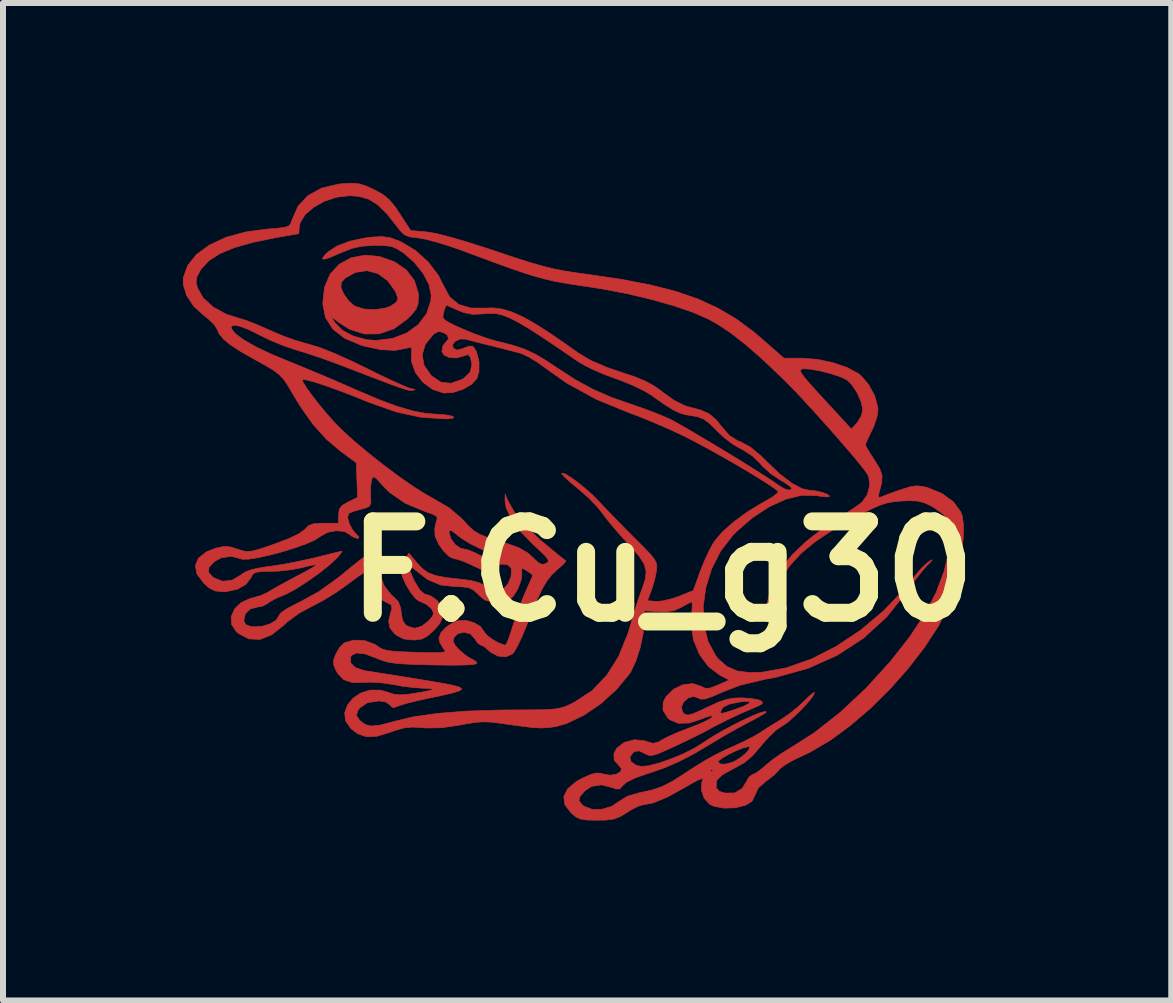
<source format=kicad_pcb>
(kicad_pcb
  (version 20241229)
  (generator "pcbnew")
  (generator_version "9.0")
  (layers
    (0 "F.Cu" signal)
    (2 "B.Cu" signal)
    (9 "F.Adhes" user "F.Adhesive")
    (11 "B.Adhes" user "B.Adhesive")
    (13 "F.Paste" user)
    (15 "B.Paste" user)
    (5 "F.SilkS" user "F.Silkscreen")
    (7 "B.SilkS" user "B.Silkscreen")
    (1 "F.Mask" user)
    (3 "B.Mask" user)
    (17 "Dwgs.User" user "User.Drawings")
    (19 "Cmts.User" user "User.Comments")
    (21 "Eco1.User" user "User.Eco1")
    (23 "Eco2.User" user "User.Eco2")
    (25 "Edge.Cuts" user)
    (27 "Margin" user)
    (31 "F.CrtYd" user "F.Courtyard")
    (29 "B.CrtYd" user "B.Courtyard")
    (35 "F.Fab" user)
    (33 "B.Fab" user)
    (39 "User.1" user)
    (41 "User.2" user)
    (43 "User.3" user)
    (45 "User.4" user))
  (footprint "F.Cu_g30"
    (layer "F.Cu")
    (at 7.992 6.478)
    (property "Reference" "F.Cu_g30" (at 0 0 0) (layer "F.SilkS") (effects (font (size 1.524 1.524) (thickness 0.3))))
    (attr through_hole)
    (fp_poly (pts (xy -5.051 -6.462) (xy -4.931 -6.424) (xy -4.806 -6.366) (xy -4.661 -6.287) (xy -4.553 -6.199) (xy -4.452 -6.077) (xy -4.376 -5.964) (xy -4.195 -5.685) (xy -3.928 -5.661) (xy -3.776 -5.636) (xy -3.553 -5.58) (xy -3.267 -5.497) (xy -2.928 -5.389) (xy -2.775 -5.338) (xy -2.464 -5.234) (xy -2.213 -5.154) (xy -2.002 -5.093) (xy -1.813 -5.046) (xy -1.625 -5.009) (xy -1.418 -4.977) (xy -1.23 -4.951) (xy -0.675 -4.87) (xy -0.194 -4.777) (xy 0.226 -4.67) (xy 0.595 -4.543) (xy 0.925 -4.392) (xy 1.227 -4.214) (xy 1.512 -4.004) (xy 1.639 -3.897) (xy 2.029 -3.556) (xy 2.322 -3.556) (xy 2.584 -3.536) (xy 2.847 -3.481) (xy 3.085 -3.399) (xy 3.271 -3.298) (xy 3.306 -3.271) (xy 3.439 -3.12) (xy 3.541 -2.931) (xy 3.594 -2.739) (xy 3.597 -2.685) (xy 3.579 -2.572) (xy 3.53 -2.427) (xy 3.493 -2.346) (xy 3.434 -2.226) (xy 3.396 -2.139) (xy 3.387 -2.11) (xy 3.409 -2.064) (xy 3.466 -1.969) (xy 3.538 -1.858) (xy 3.626 -1.715) (xy 3.665 -1.601) (xy 3.66 -1.48) (xy 3.617 -1.318) (xy 3.617 -1.316) (xy 3.601 -1.245) (xy 3.631 -1.235) (xy 3.666 -1.249) (xy 3.749 -1.281) (xy 3.88 -1.329) (xy 3.989 -1.367) (xy 4.138 -1.413) (xy 4.246 -1.428) (xy 4.352 -1.415) (xy 4.425 -1.397) (xy 4.663 -1.3) (xy 4.851 -1.164) (xy 4.974 -0.999) (xy 5.001 -0.929) (xy 5.023 -0.776) (xy 5.019 -0.56) (xy 4.993 -0.298) (xy 4.945 -0.006) (xy 4.883 0.275) (xy 4.775 0.581) (xy 4.603 0.913) (xy 4.376 1.261) (xy 4.105 1.612) (xy 3.802 1.955) (xy 3.476 2.278) (xy 3.137 2.569) (xy 2.798 2.818) (xy 2.467 3.012) (xy 2.343 3.07) (xy 2.183 3.147) (xy 2.048 3.225) (xy 1.962 3.29) (xy 1.95 3.305) (xy 1.875 3.386) (xy 1.764 3.474) (xy 1.733 3.494) (xy 1.601 3.611) (xy 1.553 3.716) (xy 1.498 3.829) (xy 1.395 3.896) (xy 1.222 3.94) (xy 1.034 3.947) (xy 0.867 3.917) (xy 0.79 3.882) (xy 0.697 3.779) (xy 0.651 3.642) (xy 0.661 3.507) (xy 0.674 3.478) (xy 0.672 3.452) (xy 0.615 3.469) (xy 0.496 3.531) (xy 0.374 3.603) (xy 0.085 3.762) (xy -0.151 3.859) (xy -0.331 3.894) (xy -0.339 3.895) (xy -0.408 3.917) (xy -0.517 3.974) (xy -0.593 4.022) (xy -0.708 4.091) (xy -0.813 4.129) (xy -0.942 4.146) (xy -1.086 4.148) (xy -1.25 4.145) (xy -1.357 4.13) (xy -1.435 4.096) (xy -1.511 4.034) (xy -1.52 4.026) (xy -1.623 3.89) (xy -1.642 3.756) (xy -1.579 3.626) (xy -1.434 3.504) (xy -1.328 3.445) (xy -1.189 3.384) (xy -1.093 3.36) (xy -1.009 3.369) (xy -0.972 3.381) (xy -0.865 3.398) (xy -0.768 3.381) (xy -0.699 3.342) (xy -0.677 3.29) (xy -0.719 3.239) (xy -0.802 3.148) (xy -0.806 3.035) (xy -0.759 2.948) (xy -0.632 2.85) (xy -0.467 2.806) (xy -0.293 2.823) (xy -0.254 2.837) (xy -0.151 2.866) (xy -0.066 2.845) (xy -0.011 2.812) (xy 0.083 2.762) (xy 0.229 2.696) (xy 0.403 2.627) (xy 0.462 2.605) (xy 0.623 2.542) (xy 0.75 2.483) (xy 0.825 2.438) (xy 0.836 2.424) (xy 0.815 2.405) (xy 0.726 2.431) (xy 0.67 2.455) (xy 0.452 2.527) (xy 0.267 2.532) (xy 0.123 2.47) (xy 0.092 2.442) (xy 0.012 2.312) (xy 0.016 2.178) (xy 0.066 2.084) (xy 0.192 1.961) (xy 0.348 1.888) (xy 0.51 1.87) (xy 0.652 1.916) (xy 0.657 1.92) (xy 0.721 1.95) (xy 0.794 1.945) (xy 0.907 1.903) (xy 0.929 1.893) (xy 1.118 1.81) (xy 0.963 1.731) (xy 0.77 1.586) (xy 0.62 1.383) (xy 0.52 1.14) (xy 0.481 0.875) (xy 0.487 0.73) (xy 0.499 0.607) (xy 0.499 0.526) (xy 0.492 0.508) (xy 0.445 0.528) (xy 0.355 0.577) (xy 0.32 0.597) (xy 0.192 0.654) (xy 0.047 0.674) (xy -0.063 0.671) (xy -0.296 0.656) (xy -0.297 0.804) (xy -0.317 1.027) (xy -0.367 1.268) (xy -0.44 1.495) (xy -0.526 1.676) (xy -0.544 1.704) (xy -0.763 1.968) (xy -1.023 2.204) (xy -1.306 2.397) (xy -1.592 2.534) (xy -1.767 2.584) (xy -1.891 2.604) (xy -2.021 2.61) (xy -2.178 2.601) (xy -2.386 2.575) (xy -2.497 2.56) (xy -2.715 2.529) (xy -2.875 2.511) (xy -3.003 2.508) (xy -3.126 2.518) (xy -3.269 2.541) (xy -3.364 2.56) (xy -3.679 2.606) (xy -3.945 2.61) (xy -3.998 2.605) (xy -4.162 2.595) (xy -4.301 2.608) (xy -4.454 2.651) (xy -4.542 2.683) (xy -4.759 2.748) (xy -4.932 2.756) (xy -5.078 2.706) (xy -5.193 2.618) (xy -5.279 2.492) (xy -5.295 2.359) (xy -5.25 2.23) (xy -5.157 2.115) (xy -5.028 2.028) (xy -4.872 1.978) (xy -4.703 1.978) (xy -4.585 2.011) (xy -4.481 2.046) (xy -4.374 2.058) (xy -4.233 2.047) (xy -4.13 2.032) (xy -3.945 2) (xy -3.845 1.976) (xy -3.828 1.959) (xy -3.896 1.949) (xy -4.004 1.946) (xy -4.163 1.935) (xy -4.354 1.91) (xy -4.484 1.886) (xy -4.669 1.858) (xy -4.861 1.846) (xy -4.974 1.85) (xy -5.17 1.852) (xy -5.309 1.805) (xy -5.41 1.702) (xy -5.44 1.65) (xy -5.48 1.553) (xy -5.476 1.468) (xy -5.444 1.38) (xy -5.381 1.27) (xy -5.306 1.194) (xy -5.298 1.189) (xy -5.14 1.145) (xy -4.959 1.154) (xy -4.797 1.213) (xy -4.759 1.238) (xy -4.699 1.279) (xy -4.631 1.307) (xy -4.535 1.325) (xy -4.396 1.337) (xy -4.195 1.345) (xy -4.108 1.348) (xy -3.89 1.353) (xy -3.744 1.354) (xy -3.659 1.349) (xy -3.623 1.337) (xy -3.624 1.315) (xy -3.651 1.282) (xy -3.652 1.281) (xy -3.709 1.184) (xy -3.725 1.111) (xy -3.689 1.019) (xy -3.598 0.924) (xy -3.477 0.847) (xy -3.403 0.821) (xy -3.276 0.816) (xy -3.143 0.852) (xy -3.034 0.915) (xy -2.982 0.988) (xy -2.933 1.054) (xy -2.837 1.13) (xy -2.724 1.194) (xy -2.626 1.227) (xy -2.613 1.228) (xy -2.589 1.19) (xy -2.55 1.091) (xy -2.504 0.95) (xy -2.495 0.921) (xy -2.428 0.718) (xy -2.347 0.501) (xy -2.281 0.343) (xy -2.221 0.208) (xy -2.177 0.108) (xy -2.159 0.063) (xy -2.159 0.063) (xy -2.19 0.035) (xy -2.257 -0.012) (xy -2.326 -0.052) (xy -2.346 -0.032) (xy -2.34 0.036) (xy -2.353 0.145) (xy -2.403 0.279) (xy -2.424 0.318) (xy -2.489 0.42) (xy -2.555 0.472) (xy -2.654 0.493) (xy -2.732 0.499) (xy -2.868 0.501) (xy -2.958 0.476) (xy -3.039 0.412) (xy -3.067 0.383) (xy -3.149 0.308) (xy -3.23 0.27) (xy -3.344 0.256) (xy -3.439 0.254) (xy -3.695 0.226) (xy -3.91 0.136) (xy -4.074 0.009) (xy -4.166 -0.064) (xy -4.209 -0.069) (xy -4.204 -0.006) (xy -4.15 0.124) (xy -4.13 0.165) (xy -4.041 0.31) (xy -3.964 0.377) (xy -3.942 0.381) (xy -3.86 0.408) (xy -3.763 0.475) (xy -3.753 0.485) (xy -3.66 0.607) (xy -3.647 0.735) (xy -3.714 0.874) (xy -3.805 0.979) (xy -3.915 1.078) (xy -4.008 1.127) (xy -4.119 1.142) (xy -4.159 1.143) (xy -4.312 1.126) (xy -4.428 1.066) (xy -4.465 1.035) (xy -4.541 0.939) (xy -4.562 0.831) (xy -4.529 0.686) (xy -4.508 0.628) (xy -4.514 0.561) (xy -4.569 0.53) (xy -4.725 0.449) (xy -4.844 0.329) (xy -4.906 0.19) (xy -4.911 0.144) (xy -4.918 0.048) (xy -4.935 0.001) (xy -4.938 0) (xy -4.981 0.024) (xy -5.075 0.088) (xy -5.202 0.181) (xy -5.266 0.229) (xy -5.445 0.355) (xy -5.644 0.477) (xy -5.822 0.572) (xy -5.846 0.583) (xy -6.052 0.695) (xy -6.245 0.835) (xy -6.318 0.902) (xy -6.514 1.058) (xy -6.707 1.133) (xy -6.892 1.125) (xy -7.065 1.034) (xy -7.101 1.004) (xy -7.179 0.885) (xy -7.186 0.753) (xy -7.131 0.625) (xy -7.021 0.518) (xy -6.866 0.449) (xy -6.831 0.441) (xy -6.693 0.402) (xy -6.572 0.346) (xy -6.562 0.339) (xy -6.477 0.287) (xy -6.34 0.211) (xy -6.176 0.123) (xy -6.105 0.085) (xy -5.955 0.006) (xy -5.84 -0.059) (xy -5.776 -0.101) (xy -5.768 -0.11) (xy -5.813 -0.108) (xy -5.915 -0.087) (xy -6.013 -0.062) (xy -6.186 -0.029) (xy -6.39 -0.006) (xy -6.531 -0.001) (xy -6.685 0.002) (xy -6.776 0.015) (xy -6.825 0.043) (xy -6.854 0.095) (xy -6.857 0.104) (xy -6.942 0.216) (xy -7.088 0.298) (xy -7.273 0.337) (xy -7.326 0.339) (xy -7.455 0.325) (xy -7.558 0.273) (xy -7.645 0.195) (xy -7.757 0.044) (xy -7.763 0.014) (xy -7.566 0.014) (xy -7.494 0.096) (xy -7.484 0.103) (xy -7.331 0.164) (xy -7.169 0.144) (xy -7.037 0.066) (xy -6.949 0.007) (xy -6.831 -0.035) (xy -6.663 -0.068) (xy -6.549 -0.084) (xy -6.334 -0.116) (xy -6.082 -0.164) (xy -5.839 -0.217) (xy -5.77 -0.234) (xy -5.595 -0.278) (xy -5.452 -0.313) (xy -5.361 -0.334) (xy -5.338 -0.339) (xy -5.351 -0.312) (xy -5.406 -0.245) (xy -5.422 -0.227) (xy -5.55 -0.107) (xy -5.724 0.031) (xy -5.919 0.169) (xy -6.109 0.291) (xy -6.271 0.378) (xy -6.319 0.398) (xy -6.449 0.453) (xy -6.55 0.51) (xy -6.581 0.533) (xy -6.668 0.58) (xy -6.746 0.593) (xy -6.868 0.625) (xy -6.953 0.708) (xy -6.977 0.817) (xy -6.977 0.82) (xy -6.947 0.884) (xy -6.868 0.916) (xy -6.808 0.923) (xy -6.67 0.914) (xy -6.538 0.874) (xy -6.437 0.813) (xy -6.393 0.743) (xy -6.392 0.737) (xy -6.354 0.686) (xy -6.245 0.613) (xy -6.074 0.525) (xy -6.04 0.509) (xy -5.727 0.337) (xy -5.414 0.113) (xy -5.344 0.057) (xy -5.187 -0.073) (xy -5.039 -0.19) (xy -4.922 -0.276) (xy -4.872 -0.309) (xy -4.741 -0.386) (xy -4.741 -0.194) (xy -4.713 0.039) (xy -4.633 0.244) (xy -4.512 0.397) (xy -4.488 0.416) (xy -4.4 0.504) (xy -4.36 0.617) (xy -4.352 0.686) (xy -4.331 0.815) (xy -4.281 0.889) (xy -4.238 0.916) (xy -4.123 0.947) (xy -4.012 0.914) (xy -3.905 0.833) (xy -3.837 0.757) (xy -3.81 0.698) (xy -3.845 0.624) (xy -3.929 0.55) (xy -4.032 0.504) (xy -4.043 0.501) (xy -4.109 0.456) (xy -4.19 0.356) (xy -4.268 0.229) (xy -4.33 0.098) (xy -4.359 -0.011) (xy -4.359 -0.022) (xy -4.336 -0.121) (xy -4.292 -0.206) (xy -4.223 -0.304) (xy -4.096 -0.149) (xy -4.001 -0.048) (xy -3.902 0.022) (xy -3.775 0.07) (xy -3.603 0.102) (xy -3.401 0.125) (xy -3.192 0.151) (xy -3.048 0.189) (xy -2.947 0.242) (xy -2.941 0.248) (xy -2.841 0.31) (xy -2.757 0.339) (xy -2.753 0.339) (xy -2.656 0.301) (xy -2.573 0.208) (xy -2.521 0.087) (xy -2.515 -0.032) (xy -2.522 -0.058) (xy -2.582 -0.113) (xy -2.677 -0.123) (xy -2.769 -0.087) (xy -2.794 -0.064) (xy -2.852 -0.015) (xy -2.928 -0.007) (xy -3.038 -0.041) (xy -3.175 -0.106) (xy -3.307 -0.166) (xy -3.421 -0.204) (xy -3.468 -0.212) (xy -3.55 -0.247) (xy -3.643 -0.336) (xy -3.728 -0.456) (xy -3.784 -0.581) (xy -3.788 -0.594) (xy -3.791 -0.659) (xy -3.556 -0.659) (xy -3.526 -0.55) (xy -3.454 -0.449) (xy -3.364 -0.386) (xy -3.329 -0.379) (xy -3.233 -0.358) (xy -3.113 -0.308) (xy -3.09 -0.296) (xy -2.984 -0.24) (xy -2.923 -0.218) (xy -2.881 -0.226) (xy -2.847 -0.247) (xy -2.848 -0.281) (xy -2.931 -0.334) (xy -3.032 -0.38) (xy -3.192 -0.457) (xy -3.342 -0.549) (xy -3.414 -0.604) (xy -3.503 -0.675) (xy -3.546 -0.688) (xy -3.556 -0.659) (xy -3.791 -0.659) (xy -3.793 -0.717) (xy -3.772 -0.814) (xy -3.752 -0.88) (xy -3.767 -0.922) (xy -3.833 -0.957) (xy -3.95 -0.997) (xy -4.285 -1.137) (xy -4.551 -1.321) (xy -4.67 -1.442) (xy -4.756 -1.539) (xy -4.805 -1.577) (xy -4.831 -1.564) (xy -4.846 -1.526) (xy -4.861 -1.427) (xy -4.863 -1.293) (xy -4.862 -1.258) (xy -4.857 -1.146) (xy -4.881 -1.087) (xy -4.954 -1.055) (xy -5.024 -1.037) (xy -5.14 -1.004) (xy -5.218 -0.973) (xy -5.23 -0.965) (xy -5.246 -0.896) (xy -5.218 -0.794) (xy -5.159 -0.687) (xy -5.114 -0.636) (xy -5.058 -0.576) (xy -5.067 -0.552) (xy -5.088 -0.55) (xy -5.169 -0.581) (xy -5.207 -0.614) (xy -5.3 -0.667) (xy -5.434 -0.679) (xy -5.578 -0.652) (xy -5.699 -0.587) (xy -5.713 -0.575) (xy -5.801 -0.52) (xy -5.947 -0.456) (xy -6.133 -0.391) (xy -6.339 -0.327) (xy -6.548 -0.272) (xy -6.741 -0.229) (xy -6.899 -0.205) (xy -7.003 -0.203) (xy -7.024 -0.21) (xy -7.184 -0.252) (xy -7.354 -0.227) (xy -7.466 -0.166) (xy -7.557 -0.071) (xy -7.566 0.014) (xy -7.763 0.014) (xy -7.785 -0.096) (xy -7.733 -0.221) (xy -7.603 -0.325) (xy -7.448 -0.387) (xy -7.316 -0.416) (xy -7.202 -0.409) (xy -7.085 -0.373) (xy -7 -0.345) (xy -6.928 -0.332) (xy -6.849 -0.338) (xy -6.743 -0.364) (xy -6.588 -0.414) (xy -6.467 -0.456) (xy -6.226 -0.548) (xy -6.054 -0.63) (xy -5.959 -0.701) (xy -5.956 -0.705) (xy -5.896 -0.764) (xy -5.815 -0.794) (xy -5.686 -0.804) (xy -5.637 -0.804) (xy -5.397 -0.804) (xy -5.397 -0.942) (xy -5.385 -1.038) (xy -5.334 -1.103) (xy -5.238 -1.157) (xy -5.079 -1.235) (xy -5.091 -1.524) (xy -5.102 -1.813) (xy -5.364 -2.005) (xy -5.603 -2.208) (xy -5.824 -2.454) (xy -6.038 -2.759) (xy -6.164 -2.967) (xy -6.246 -3.106) (xy -6.315 -3.207) (xy -6.39 -3.285) (xy -6.487 -3.358) (xy -6.625 -3.44) (xy -6.789 -3.531) (xy -7.029 -3.667) (xy -7.202 -3.78) (xy -7.318 -3.877) (xy -7.391 -3.967) (xy -7.425 -4.046) (xy -7.473 -4.119) (xy -7.569 -4.211) (xy -7.639 -4.265) (xy -7.81 -4.42) (xy -7.929 -4.6) (xy -7.987 -4.785) (xy -7.987 -4.818) (xy -7.772 -4.818) (xy -7.749 -4.727) (xy -7.653 -4.559) (xy -7.488 -4.409) (xy -7.27 -4.289) (xy -7.027 -4.212) (xy -6.92 -4.179) (xy -6.766 -4.119) (xy -6.593 -4.043) (xy -6.54 -4.019) (xy -6.34 -3.933) (xy -6.121 -3.854) (xy -5.928 -3.798) (xy -5.905 -3.792) (xy -5.716 -3.735) (xy -5.464 -3.636) (xy -5.159 -3.498) (xy -4.932 -3.387) (xy -4.708 -3.276) (xy -4.506 -3.181) (xy -4.339 -3.106) (xy -4.221 -3.057) (xy -4.17 -3.043) (xy -4.12 -3.035) (xy -4.152 -3.02) (xy -4.181 -3.017) (xy -4.224 -3.021) (xy -4.289 -3.038) (xy -4.387 -3.07) (xy -4.526 -3.12) (xy -4.716 -3.192) (xy -4.966 -3.288) (xy -5.271 -3.406) (xy -5.5 -3.492) (xy -5.736 -3.576) (xy -5.95 -3.647) (xy -6.096 -3.691) (xy -6.301 -3.759) (xy -6.527 -3.851) (xy -6.713 -3.942) (xy -6.899 -4.035) (xy -7.046 -4.09) (xy -7.146 -4.106) (xy -7.189 -4.081) (xy -7.186 -4.053) (xy -7.121 -3.967) (xy -6.982 -3.863) (xy -6.775 -3.745) (xy -6.507 -3.618) (xy -6.262 -3.516) (xy -6.001 -3.41) (xy -5.699 -3.284) (xy -5.391 -3.153) (xy -5.113 -3.031) (xy -5.086 -3.019) (xy -4.721 -2.864) (xy -4.415 -2.751) (xy -4.155 -2.675) (xy -3.927 -2.633) (xy -3.768 -2.622) (xy -3.626 -2.613) (xy -3.526 -2.596) (xy -3.477 -2.576) (xy -3.488 -2.557) (xy -3.569 -2.545) (xy -3.619 -2.544) (xy -4.019 -2.57) (xy -4.429 -2.658) (xy -4.868 -2.812) (xy -4.889 -2.82) (xy -5.146 -2.924) (xy -5.39 -3.017) (xy -5.609 -3.096) (xy -5.792 -3.156) (xy -5.924 -3.192) (xy -5.995 -3.202) (xy -6.001 -3.199) (xy -5.989 -3.156) (xy -5.932 -3.063) (xy -5.841 -2.937) (xy -5.728 -2.791) (xy -5.603 -2.64) (xy -5.478 -2.499) (xy -5.369 -2.385) (xy -5.16 -2.193) (xy -4.916 -1.987) (xy -4.654 -1.779) (xy -4.391 -1.583) (xy -4.144 -1.411) (xy -3.931 -1.278) (xy -3.831 -1.223) (xy -3.553 -1.06) (xy -3.345 -0.883) (xy -3.314 -0.85) (xy -3.223 -0.751) (xy -3.139 -0.677) (xy -3.042 -0.619) (xy -2.913 -0.567) (xy -2.733 -0.509) (xy -2.603 -0.471) (xy -2.394 -0.397) (xy -2.242 -0.308) (xy -2.163 -0.237) (xy -2.068 -0.148) (xy -2.002 -0.116) (xy -1.942 -0.13) (xy -1.936 -0.133) (xy -1.903 -0.158) (xy -1.902 -0.192) (xy -1.94 -0.247) (xy -2.028 -0.335) (xy -2.151 -0.448) (xy -2.362 -0.665) (xy -2.515 -0.873) (xy -2.603 -1.062) (xy -2.622 -1.188) (xy -2.619 -1.291) (xy -2.579 -1.19) (xy -2.467 -0.991) (xy -2.282 -0.766) (xy -2.028 -0.519) (xy -1.71 -0.256) (xy -1.609 -0.178) (xy -1.626 -0.145) (xy -1.694 -0.079) (xy -1.749 -0.033) (xy -1.84 0.052) (xy -1.923 0.158) (xy -2.006 0.299) (xy -2.095 0.488) (xy -2.199 0.738) (xy -2.259 0.894) (xy -2.333 1.074) (xy -2.406 1.229) (xy -2.467 1.338) (xy -2.496 1.374) (xy -2.607 1.423) (xy -2.741 1.411) (xy -2.868 1.343) (xy -2.902 1.31) (xy -2.976 1.248) (xy -3.027 1.228) (xy -3.079 1.193) (xy -3.125 1.122) (xy -3.2 1.041) (xy -3.305 1.012) (xy -3.409 1.037) (xy -3.47 1.098) (xy -3.487 1.163) (xy -3.454 1.232) (xy -3.386 1.307) (xy -3.285 1.394) (xy -3.194 1.453) (xy -3.174 1.461) (xy -3.106 1.5) (xy -3.09 1.531) (xy -3.132 1.548) (xy -3.258 1.559) (xy -3.467 1.563) (xy -3.758 1.56) (xy -3.821 1.559) (xy -4.095 1.552) (xy -4.301 1.543) (xy -4.453 1.531) (xy -4.567 1.513) (xy -4.659 1.488) (xy -4.744 1.455) (xy -4.757 1.449) (xy -4.952 1.376) (xy -5.094 1.359) (xy -5.179 1.398) (xy -5.194 1.424) (xy -5.196 1.525) (xy -5.12 1.602) (xy -4.969 1.653) (xy -4.927 1.66) (xy -4.816 1.677) (xy -4.641 1.705) (xy -4.419 1.74) (xy -4.17 1.78) (xy -3.982 1.811) (xy -3.698 1.858) (xy -3.498 1.896) (xy -3.379 1.929) (xy -3.342 1.96) (xy -3.384 1.992) (xy -3.507 2.029) (xy -3.708 2.075) (xy -3.907 2.116) (xy -4.094 2.157) (xy -4.257 2.198) (xy -4.374 2.233) (xy -4.41 2.248) (xy -4.486 2.273) (xy -4.533 2.236) (xy -4.538 2.227) (xy -4.612 2.175) (xy -4.725 2.159) (xy -4.915 2.188) (xy -5.045 2.276) (xy -5.079 2.327) (xy -5.098 2.401) (xy -5.053 2.473) (xy -5.03 2.496) (xy -4.949 2.554) (xy -4.853 2.577) (xy -4.724 2.566) (xy -4.542 2.521) (xy -4.478 2.502) (xy -4.153 2.425) (xy -3.749 2.367) (xy -3.269 2.329) (xy -2.716 2.311) (xy -2.519 2.309) (xy -2.239 2.308) (xy -2.029 2.306) (xy -1.875 2.3) (xy -1.762 2.289) (xy -1.674 2.271) (xy -1.598 2.245) (xy -1.519 2.208) (xy -1.47 2.183) (xy -1.174 1.991) (xy -0.928 1.736) (xy -0.726 1.415) (xy -0.568 1.024) (xy -0.528 0.889) (xy -0.468 0.685) (xy -0.405 0.485) (xy -0.348 0.32) (xy -0.329 0.269) (xy -0.28 0.121) (xy -0.269 -0.004) (xy -0.302 -0.123) (xy -0.385 -0.255) (xy -0.525 -0.418) (xy -0.587 -0.483) (xy -0.728 -0.638) (xy -0.862 -0.795) (xy -0.967 -0.928) (xy -0.996 -0.969) (xy -1.09 -1.085) (xy -1.226 -1.225) (xy -1.379 -1.361) (xy -1.41 -1.386) (xy -1.537 -1.491) (xy -1.63 -1.577) (xy -1.676 -1.629) (xy -1.678 -1.638) (xy -1.63 -1.631) (xy -1.538 -1.577) (xy -1.416 -1.49) (xy -1.282 -1.382) (xy -1.152 -1.266) (xy -1.058 -1.17) (xy -0.952 -1.057) (xy -0.805 -0.904) (xy -0.637 -0.733) (xy -0.472 -0.567) (xy -0.311 -0.406) (xy -0.201 -0.291) (xy -0.134 -0.208) (xy -0.1 -0.144) (xy -0.09 -0.085) (xy -0.096 -0.019) (xy -0.096 -0.013) (xy -0.127 0.137) (xy -0.174 0.296) (xy -0.182 0.318) (xy -0.247 0.487) (xy -0.105 0.5) (xy 0.013 0.491) (xy 0.168 0.453) (xy 0.277 0.415) (xy 0.518 0.318) (xy 0.634 -0.003) (xy 0.707 -0.184) (xy 0.789 -0.36) (xy 0.863 -0.494) (xy 0.868 -0.5) (xy 0.995 -0.651) (xy 1.182 -0.818) (xy 1.408 -0.985) (xy 1.653 -1.136) (xy 1.718 -1.171) (xy 1.836 -1.24) (xy 1.914 -1.299) (xy 1.934 -1.331) (xy 1.892 -1.37) (xy 1.788 -1.443) (xy 1.634 -1.54) (xy 1.444 -1.657) (xy 1.228 -1.784) (xy 1 -1.915) (xy 0.772 -2.042) (xy 0.557 -2.158) (xy 0.366 -2.256) (xy 0.362 -2.258) (xy 0.122 -2.37) (xy -0.147 -2.487) (xy -0.406 -2.592) (xy -0.55 -2.645) (xy -1.103 -2.872) (xy -1.589 -3.139) (xy -1.919 -3.371) (xy -2.072 -3.482) (xy -2.222 -3.574) (xy -2.341 -3.631) (xy -2.364 -3.639) (xy -2.48 -3.669) (xy -2.646 -3.712) (xy -2.829 -3.758) (xy -2.857 -3.765) (xy -3.027 -3.807) (xy -3.172 -3.845) (xy -3.268 -3.87) (xy -3.281 -3.874) (xy -3.372 -3.875) (xy -3.452 -3.838) (xy -3.497 -3.781) (xy -3.484 -3.722) (xy -3.483 -3.721) (xy -3.423 -3.69) (xy -3.335 -3.713) (xy -3.322 -3.718) (xy -3.216 -3.759) (xy -3.155 -3.752) (xy -3.111 -3.689) (xy -3.097 -3.66) (xy -3.055 -3.499) (xy -3.056 -3.33) (xy -3.092 -3.215) (xy -3.182 -3.118) (xy -3.325 -3.036) (xy -3.489 -2.984) (xy -3.641 -2.975) (xy -3.643 -2.975) (xy -3.832 -3.037) (xy -3.994 -3.157) (xy -4.116 -3.317) (xy -4.181 -3.498) (xy -4.183 -3.613) (xy -4.002 -3.613) (xy -3.971 -3.438) (xy -3.856 -3.27) (xy -3.846 -3.26) (xy -3.693 -3.157) (xy -3.525 -3.137) (xy -3.342 -3.2) (xy -3.313 -3.217) (xy -3.203 -3.321) (xy -3.173 -3.454) (xy -3.2 -3.573) (xy -3.238 -3.616) (xy -3.308 -3.595) (xy -3.426 -3.56) (xy -3.546 -3.566) (xy -3.638 -3.607) (xy -3.674 -3.666) (xy -3.656 -3.762) (xy -3.622 -3.808) (xy -3.562 -3.88) (xy -3.584 -3.941) (xy -3.644 -3.981) (xy -3.726 -4.004) (xy -3.803 -3.964) (xy -3.818 -3.951) (xy -3.951 -3.786) (xy -4.002 -3.613) (xy -4.183 -3.613) (xy -4.183 -3.634) (xy -4.176 -3.719) (xy -4.203 -3.74) (xy -4.265 -3.721) (xy -4.452 -3.686) (xy -4.692 -3.698) (xy -4.966 -3.756) (xy -5.022 -3.772) (xy -5.295 -3.888) (xy -5.492 -4.041) (xy -5.615 -4.234) (xy -5.661 -4.464) (xy -5.633 -4.73) (xy -5.356 -4.73) (xy -5.312 -4.629) (xy -5.232 -4.516) (xy -5.138 -4.431) (xy -5.125 -4.423) (xy -4.97 -4.375) (xy -4.782 -4.366) (xy -4.602 -4.395) (xy -4.528 -4.425) (xy -4.432 -4.488) (xy -4.408 -4.558) (xy -4.447 -4.663) (xy -4.45 -4.67) (xy -4.579 -4.849) (xy -4.741 -4.966) (xy -4.922 -5.015) (xy -5.105 -4.988) (xy -5.142 -4.972) (xy -5.284 -4.893) (xy -5.352 -4.819) (xy -5.356 -4.73) (xy -5.633 -4.73) (xy -5.632 -4.732) (xy -5.63 -4.742) (xy -5.539 -4.956) (xy -5.387 -5.121) (xy -5.188 -5.23) (xy -4.953 -5.274) (xy -4.716 -5.252) (xy -4.464 -5.163) (xy -4.266 -5.026) (xy -4.132 -4.849) (xy -4.068 -4.643) (xy -4.064 -4.575) (xy -4.072 -4.46) (xy -4.105 -4.373) (xy -4.179 -4.281) (xy -4.247 -4.212) (xy -4.473 -4.047) (xy -4.715 -3.962) (xy -4.964 -3.959) (xy -5.211 -4.037) (xy -5.376 -4.14) (xy -5.524 -4.252) (xy -5.458 -4.148) (xy -5.333 -4.021) (xy -5.15 -3.924) (xy -4.931 -3.865) (xy -4.773 -3.852) (xy -4.499 -3.885) (xy -4.26 -3.976) (xy -4.067 -4.116) (xy -3.958 -4.261) (xy -3.657 -4.261) (xy -3.651 -4.217) (xy -3.594 -4.172) (xy -3.476 -4.109) (xy -3.316 -4.037) (xy -3.135 -3.963) (xy -2.951 -3.897) (xy -2.785 -3.845) (xy -2.723 -3.83) (xy -2.485 -3.77) (xy -2.292 -3.705) (xy -2.113 -3.621) (xy -1.918 -3.504) (xy -1.77 -3.405) (xy -1.449 -3.197) (xy -1.152 -3.035) (xy -0.845 -2.901) (xy -0.517 -2.787) (xy -0.308 -2.715) (xy -0.098 -2.636) (xy 0.08 -2.561) (xy 0.14 -2.533) (xy 0.255 -2.471) (xy 0.423 -2.375) (xy 0.628 -2.254) (xy 0.858 -2.117) (xy 1.097 -1.973) (xy 1.332 -1.829) (xy 1.547 -1.695) (xy 1.73 -1.578) (xy 1.866 -1.489) (xy 1.933 -1.441) (xy 2.034 -1.378) (xy 2.116 -1.355) (xy 2.158 -1.376) (xy 2.159 -1.386) (xy 2.125 -1.423) (xy 2.038 -1.483) (xy 1.953 -1.534) (xy 1.809 -1.631) (xy 1.678 -1.748) (xy 1.629 -1.804) (xy 1.508 -1.923) (xy 1.354 -2.023) (xy 1.317 -2.041) (xy 1.184 -2.117) (xy 1.032 -2.233) (xy 0.91 -2.347) (xy 0.788 -2.469) (xy 0.692 -2.54) (xy 0.593 -2.579) (xy 0.487 -2.598) (xy 0.377 -2.616) (xy 0.278 -2.647) (xy 0.172 -2.7) (xy 0.04 -2.783) (xy -0.137 -2.907) (xy -0.179 -2.938) (xy -0.31 -3.016) (xy -0.492 -3.104) (xy -0.694 -3.186) (xy -0.784 -3.218) (xy -0.988 -3.294) (xy -1.19 -3.383) (xy -1.356 -3.471) (xy -1.409 -3.504) (xy -1.738 -3.73) (xy -2.007 -3.91) (xy -2.224 -4.05) (xy -2.4 -4.154) (xy -2.543 -4.227) (xy -2.663 -4.274) (xy -2.767 -4.298) (xy -2.865 -4.304) (xy -2.967 -4.297) (xy -2.986 -4.295) (xy -3.16 -4.286) (xy -3.31 -4.317) (xy -3.405 -4.355) (xy -3.602 -4.442) (xy -3.638 -4.348) (xy -3.657 -4.261) (xy -3.958 -4.261) (xy -3.929 -4.298) (xy -3.859 -4.512) (xy -3.852 -4.607) (xy -3.888 -4.781) (xy -3.987 -4.97) (xy -4.134 -5.154) (xy -4.312 -5.309) (xy -4.42 -5.379) (xy -4.515 -5.418) (xy -4.629 -5.434) (xy -4.796 -5.436) (xy -4.799 -5.436) (xy -5 -5.424) (xy -5.169 -5.388) (xy -5.355 -5.316) (xy -5.387 -5.301) (xy -5.551 -5.231) (xy -5.643 -5.204) (xy -5.666 -5.221) (xy -5.621 -5.282) (xy -5.576 -5.325) (xy -5.423 -5.426) (xy -5.207 -5.507) (xy -4.948 -5.562) (xy -4.842 -5.575) (xy -4.673 -5.583) (xy -4.538 -5.565) (xy -4.392 -5.512) (xy -4.347 -5.491) (xy -4.111 -5.349) (xy -3.899 -5.156) (xy -3.731 -4.935) (xy -3.647 -4.766) (xy -3.543 -4.575) (xy -3.392 -4.451) (xy -3.19 -4.392) (xy -2.971 -4.391) (xy -2.82 -4.394) (xy -2.669 -4.375) (xy -2.508 -4.327) (xy -2.327 -4.246) (xy -2.115 -4.127) (xy -1.863 -3.966) (xy -1.561 -3.757) (xy -1.397 -3.64) (xy -1.19 -3.517) (xy -0.918 -3.401) (xy -0.691 -3.323) (xy -0.456 -3.245) (xy -0.28 -3.172) (xy -0.138 -3.095) (xy -0.006 -3.001) (xy 0.021 -2.979) (xy 0.201 -2.851) (xy 0.368 -2.767) (xy 0.438 -2.745) (xy 0.639 -2.692) (xy 0.784 -2.626) (xy 0.898 -2.53) (xy 0.988 -2.417) (xy 1.12 -2.266) (xy 1.262 -2.177) (xy 1.305 -2.162) (xy 1.466 -2.076) (xy 1.652 -1.922) (xy 1.719 -1.854) (xy 1.951 -1.632) (xy 2.158 -1.472) (xy 2.334 -1.379) (xy 2.45 -1.355) (xy 2.554 -1.344) (xy 2.663 -1.319) (xy 2.75 -1.287) (xy 2.789 -1.257) (xy 2.786 -1.248) (xy 2.736 -1.243) (xy 2.632 -1.254) (xy 2.562 -1.266) (xy 2.326 -1.27) (xy 2.064 -1.206) (xy 1.787 -1.081) (xy 1.508 -0.899) (xy 1.242 -0.668) (xy 1.168 -0.593) (xy 0.97 -0.333) (xy 0.822 -0.04) (xy 0.726 0.271) (xy 0.683 0.586) (xy 0.695 0.89) (xy 0.764 1.168) (xy 0.892 1.405) (xy 0.935 1.459) (xy 1.079 1.585) (xy 1.25 1.66) (xy 1.465 1.687) (xy 1.669 1.679) (xy 2.071 1.607) (xy 2.486 1.461) (xy 2.902 1.249) (xy 3.307 0.979) (xy 3.69 0.658) (xy 4.037 0.293) (xy 4.2 0.089) (xy 4.3 -0.031) (xy 4.4 -0.129) (xy 4.445 -0.164) (xy 4.5 -0.196) (xy 4.498 -0.183) (xy 4.436 -0.119) (xy 4.421 -0.105) (xy 4.337 -0.011) (xy 4.227 0.129) (xy 4.111 0.288) (xy 4.076 0.339) (xy 3.743 0.758) (xy 3.357 1.111) (xy 2.92 1.397) (xy 2.433 1.615) (xy 1.899 1.764) (xy 1.717 1.798) (xy 1.299 1.897) (xy 1.001 2.012) (xy 0.828 2.088) (xy 0.714 2.126) (xy 0.644 2.13) (xy 0.613 2.116) (xy 0.524 2.084) (xy 0.433 2.11) (xy 0.358 2.174) (xy 0.319 2.257) (xy 0.337 2.341) (xy 0.353 2.361) (xy 0.392 2.389) (xy 0.443 2.393) (xy 0.524 2.369) (xy 0.603 2.334) (xy 0.974 2.334) (xy 0.976 2.359) (xy 0.994 2.366) (xy 1.048 2.354) (xy 1.158 2.319) (xy 1.21 2.302) (xy 1.365 2.244) (xy 1.449 2.2) (xy 1.457 2.173) (xy 1.388 2.166) (xy 1.295 2.175) (xy 1.117 2.212) (xy 1.008 2.269) (xy 0.974 2.334) (xy 0.603 2.334) (xy 0.653 2.311) (xy 0.748 2.266) (xy 0.933 2.181) (xy 1.078 2.132) (xy 1.211 2.111) (xy 1.321 2.108) (xy 1.469 2.117) (xy 1.59 2.137) (xy 1.64 2.154) (xy 1.676 2.184) (xy 1.654 2.215) (xy 1.565 2.258) (xy 1.545 2.266) (xy 1.316 2.365) (xy 1.081 2.476) (xy 0.873 2.581) (xy 0.804 2.62) (xy 0.704 2.673) (xy 0.55 2.751) (xy 0.367 2.84) (xy 0.236 2.902) (xy 0.05 2.988) (xy -0.076 3.041) (xy -0.16 3.066) (xy -0.22 3.067) (xy -0.271 3.048) (xy -0.298 3.033) (xy -0.387 2.991) (xy -0.451 3) (xy -0.491 3.026) (xy -0.541 3.099) (xy -0.519 3.173) (xy -0.438 3.231) (xy -0.352 3.251) (xy -0.231 3.241) (xy -0.058 3.196) (xy 0.141 3.128) (xy 0.346 3.043) (xy 0.532 2.95) (xy 0.669 2.865) (xy 0.803 2.776) (xy 0.966 2.679) (xy 1.145 2.582) (xy 1.322 2.492) (xy 1.485 2.416) (xy 1.618 2.361) (xy 1.707 2.336) (xy 1.736 2.344) (xy 1.701 2.371) (xy 1.608 2.426) (xy 1.475 2.497) (xy 1.435 2.518) (xy 1.238 2.623) (xy 1.022 2.745) (xy 0.853 2.847) (xy 0.551 3.027) (xy 0.288 3.165) (xy 0.04 3.273) (xy -0.22 3.363) (xy -0.24 3.369) (xy -0.45 3.442) (xy -0.594 3.514) (xy -0.654 3.566) (xy -0.711 3.626) (xy -0.778 3.626) (xy -0.826 3.606) (xy -1.011 3.558) (xy -1.179 3.584) (xy -1.293 3.66) (xy -1.375 3.756) (xy -1.388 3.826) (xy -1.332 3.893) (xy -1.302 3.916) (xy -1.168 3.966) (xy -1.003 3.965) (xy -0.84 3.915) (xy -0.727 3.839) (xy -0.58 3.748) (xy -0.381 3.69) (xy -0.167 3.643) (xy 0.002 3.585) (xy 0.167 3.5) (xy 0.293 3.42) (xy 0.442 3.323) (xy 0.804 3.323) (xy 0.826 3.344) (xy 0.847 3.323) (xy 0.826 3.302) (xy 0.804 3.323) (xy 0.442 3.323) (xy 0.533 3.264) (xy 0.681 3.173) (xy 0.931 3.173) (xy 0.966 3.21) (xy 1.052 3.213) (xy 1.165 3.183) (xy 1.219 3.158) (xy 1.319 3.095) (xy 1.402 3.024) (xy 1.451 2.962) (xy 1.453 2.925) (xy 1.435 2.921) (xy 1.357 2.939) (xy 1.243 2.984) (xy 1.12 3.043) (xy 1.011 3.104) (xy 0.943 3.154) (xy 0.931 3.173) (xy 0.681 3.173) (xy 0.726 3.146) (xy 0.896 3.051) (xy 1.065 2.969) (xy 1.192 2.913) (xy 1.359 2.836) (xy 1.513 2.758) (xy 1.621 2.695) (xy 1.63 2.689) (xy 1.742 2.615) (xy 1.886 2.526) (xy 1.966 2.478) (xy 2.118 2.376) (xy 2.278 2.245) (xy 2.357 2.17) (xy 2.451 2.079) (xy 2.517 2.025) (xy 2.54 2.02) (xy 2.511 2.081) (xy 2.434 2.178) (xy 2.328 2.294) (xy 2.21 2.41) (xy 2.098 2.509) (xy 2.009 2.573) (xy 1.991 2.582) (xy 1.903 2.641) (xy 1.789 2.747) (xy 1.67 2.88) (xy 1.652 2.903) (xy 1.509 3.069) (xy 1.373 3.185) (xy 1.213 3.276) (xy 1.185 3.289) (xy 1.011 3.385) (xy 0.919 3.47) (xy 0.905 3.501) (xy 0.898 3.606) (xy 0.953 3.667) (xy 1.045 3.695) (xy 1.21 3.693) (xy 1.333 3.618) (xy 1.396 3.517) (xy 1.447 3.428) (xy 1.501 3.387) (xy 1.505 3.387) (xy 1.566 3.359) (xy 1.659 3.29) (xy 1.716 3.24) (xy 1.841 3.137) (xy 2.001 3.026) (xy 2.11 2.96) (xy 2.537 2.688) (xy 2.971 2.347) (xy 3.396 1.949) (xy 3.797 1.509) (xy 3.799 1.507) (xy 4.121 1.097) (xy 4.376 0.715) (xy 4.567 0.351) (xy 4.701 -0.007) (xy 4.783 -0.371) (xy 4.791 -0.424) (xy 4.814 -0.596) (xy 4.821 -0.709) (xy 4.81 -0.783) (xy 4.78 -0.844) (xy 4.755 -0.879) (xy 4.666 -0.968) (xy 4.539 -1.06) (xy 4.484 -1.092) (xy 4.367 -1.147) (xy 4.256 -1.174) (xy 4.118 -1.18) (xy 3.996 -1.175) (xy 3.857 -1.162) (xy 3.737 -1.14) (xy 3.615 -1.099) (xy 3.467 -1.032) (xy 3.271 -0.932) (xy 3.234 -0.913) (xy 2.858 -0.701) (xy 2.554 -0.5) (xy 2.312 -0.3) (xy 2.122 -0.091) (xy 1.974 0.134) (xy 1.887 0.314) (xy 1.827 0.449) (xy 1.779 0.544) (xy 1.753 0.581) (xy 1.752 0.58) (xy 1.749 0.527) (xy 1.777 0.42) (xy 1.824 0.282) (xy 1.884 0.137) (xy 1.948 0.006) (xy 1.992 -0.066) (xy 2.164 -0.275) (xy 2.395 -0.495) (xy 2.667 -0.709) (xy 2.911 -0.872) (xy 3.07 -0.973) (xy 3.211 -1.067) (xy 3.311 -1.139) (xy 3.333 -1.157) (xy 3.419 -1.28) (xy 3.459 -1.432) (xy 3.443 -1.577) (xy 3.429 -1.608) (xy 3.375 -1.688) (xy 3.273 -1.817) (xy 3.132 -1.985) (xy 2.964 -2.18) (xy 2.779 -2.392) (xy 2.585 -2.607) (xy 2.395 -2.816) (xy 2.217 -3.006) (xy 2.061 -3.166) (xy 2.004 -3.222) (xy 1.872 -3.347) (xy 2.301 -3.347) (xy 2.321 -3.302) (xy 2.378 -3.226) (xy 2.479 -3.109) (xy 2.629 -2.944) (xy 2.697 -2.87) (xy 3.154 -2.374) (xy 3.249 -2.48) (xy 3.316 -2.586) (xy 3.344 -2.691) (xy 3.344 -2.692) (xy 3.317 -2.826) (xy 3.249 -2.98) (xy 3.158 -3.118) (xy 3.079 -3.194) (xy 2.969 -3.246) (xy 2.811 -3.298) (xy 2.634 -3.343) (xy 2.471 -3.373) (xy 2.353 -3.379) (xy 2.347 -3.379) (xy 2.311 -3.369) (xy 2.301 -3.347) (xy 1.872 -3.347) (xy 1.681 -3.529) (xy 1.399 -3.776) (xy 1.15 -3.971) (xy 0.923 -4.123) (xy 0.759 -4.213) (xy 0.506 -4.323) (xy 0.186 -4.432) (xy -0.181 -4.536) (xy -0.578 -4.63) (xy -0.985 -4.708) (xy -1.202 -4.742) (xy -1.431 -4.776) (xy -1.624 -4.807) (xy -1.797 -4.839) (xy -1.961 -4.877) (xy -2.131 -4.923) (xy -2.319 -4.982) (xy -2.539 -5.058) (xy -2.804 -5.154) (xy -3.128 -5.274) (xy -3.335 -5.351) (xy -3.553 -5.427) (xy -3.765 -5.492) (xy -3.946 -5.54) (xy -4.074 -5.562) (xy -4.076 -5.562) (xy -4.214 -5.579) (xy -4.303 -5.616) (xy -4.379 -5.693) (xy -4.416 -5.742) (xy -4.588 -5.961) (xy -4.742 -6.112) (xy -4.893 -6.207) (xy -5.057 -6.254) (xy -5.218 -6.265) (xy -5.43 -6.24) (xy -5.634 -6.172) (xy -5.815 -6.07) (xy -5.956 -5.948) (xy -6.038 -5.813) (xy -6.054 -5.73) (xy -6.057 -5.654) (xy -6.064 -5.63) (xy -6.108 -5.623) (xy -6.215 -5.605) (xy -6.366 -5.579) (xy -6.433 -5.567) (xy -6.822 -5.488) (xy -7.135 -5.399) (xy -7.378 -5.298) (xy -7.559 -5.181) (xy -7.686 -5.045) (xy -7.704 -5.017) (xy -7.762 -4.907) (xy -7.772 -4.818) (xy -7.987 -4.818) (xy -7.986 -4.9) (xy -7.911 -5.105) (xy -7.762 -5.288) (xy -7.546 -5.445) (xy -7.272 -5.571) (xy -6.948 -5.66) (xy -6.586 -5.709) (xy -6.406 -5.723) (xy -6.293 -5.738) (xy -6.229 -5.76) (xy -6.196 -5.796) (xy -6.177 -5.851) (xy -6.175 -5.857) (xy -6.073 -6.088) (xy -5.906 -6.268) (xy -5.678 -6.392) (xy -5.394 -6.459) (xy -5.343 -6.464) (xy -5.175 -6.473) (xy -5.051 -6.462)) (stroke (width 0.01) (type solid)) (fill yes) (layer "F.Cu")))
  (gr_rect
    (start -3 -3)
    (end 16.479 13.631)
    (stroke (width 0.1) (type default))
    (fill no)
    (layer "Edge.Cuts")))
</source>
